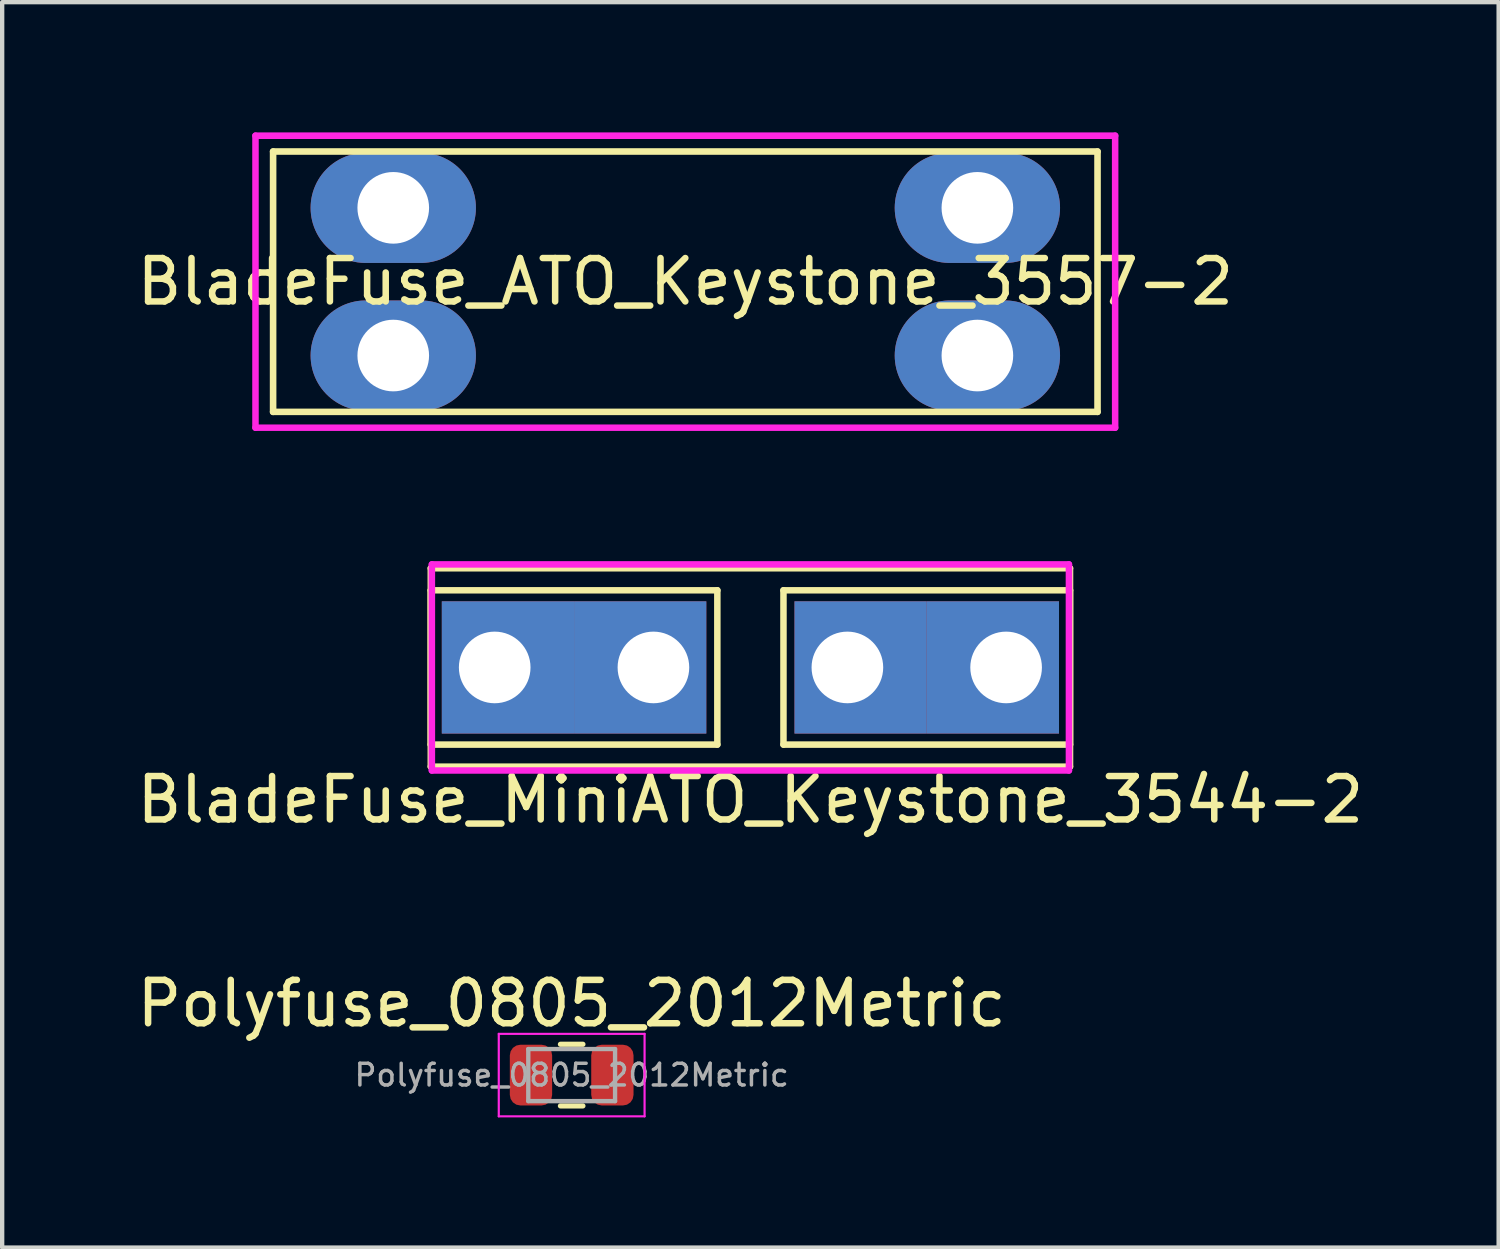
<source format=kicad_pcb>
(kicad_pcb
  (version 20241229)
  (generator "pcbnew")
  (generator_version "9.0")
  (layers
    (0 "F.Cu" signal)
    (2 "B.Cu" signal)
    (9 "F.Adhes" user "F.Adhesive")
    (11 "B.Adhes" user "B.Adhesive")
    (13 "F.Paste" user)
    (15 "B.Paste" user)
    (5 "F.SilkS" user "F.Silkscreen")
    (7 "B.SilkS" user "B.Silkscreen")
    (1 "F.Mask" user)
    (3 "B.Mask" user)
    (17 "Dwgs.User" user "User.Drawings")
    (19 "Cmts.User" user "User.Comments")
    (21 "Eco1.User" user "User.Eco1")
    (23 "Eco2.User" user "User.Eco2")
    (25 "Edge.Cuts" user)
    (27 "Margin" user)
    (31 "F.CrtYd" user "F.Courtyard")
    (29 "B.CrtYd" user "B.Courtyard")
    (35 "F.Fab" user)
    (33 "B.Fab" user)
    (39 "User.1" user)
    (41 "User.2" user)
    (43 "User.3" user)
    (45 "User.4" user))
  (footprint "BladeFuse_MiniATO_Keystone_3544-2"
    (layer "F.Cu")
    (at 14.244 12.332)
    (property "Reference" "BladeFuse_MiniATO_Keystone_3544-2" (at 0 3.048 0) (layer "F.SilkS") (effects (font (size 1 1) (thickness 0.15))))
    (attr through_hole)
    (fp_line (start -7.366 -2.286) (end 7.366 -2.286) (stroke (width 0.15) (type solid)) (layer "F.SilkS"))
    (fp_line (start -7.366 -1.778) (end -0.762 -1.778) (stroke (width 0.15) (type solid)) (layer "F.SilkS"))
    (fp_line (start -7.366 1.778) (end -7.366 -1.778) (stroke (width 0.15) (type solid)) (layer "F.SilkS"))
    (fp_line (start -7.366 2.286) (end -7.366 -2.286) (stroke (width 0.15) (type solid)) (layer "F.SilkS"))
    (fp_line (start -0.762 -1.778) (end -0.762 1.778) (stroke (width 0.15) (type solid)) (layer "F.SilkS"))
    (fp_line (start -0.762 1.778) (end -7.366 1.778) (stroke (width 0.15) (type solid)) (layer "F.SilkS"))
    (fp_line (start 0.762 -1.778) (end 0.762 1.778) (stroke (width 0.15) (type solid)) (layer "F.SilkS"))
    (fp_line (start 0.762 1.778) (end 7.366 1.778) (stroke (width 0.15) (type solid)) (layer "F.SilkS"))
    (fp_line (start 7.366 -2.286) (end 7.366 2.286) (stroke (width 0.15) (type solid)) (layer "F.SilkS"))
    (fp_line (start 7.366 -1.778) (end 0.762 -1.778) (stroke (width 0.15) (type solid)) (layer "F.SilkS"))
    (fp_line (start 7.366 1.778) (end 7.366 -1.778) (stroke (width 0.15) (type solid)) (layer "F.SilkS"))
    (fp_line (start 7.366 2.286) (end -7.366 2.286) (stroke (width 0.15) (type solid)) (layer "F.SilkS"))
    (fp_line (start -7.341 -2.375) (end -7.341 2.375) (stroke (width 0.15) (type solid)) (layer "F.CrtYd"))
    (fp_line (start -7.341 2.375) (end 7.341 2.375) (stroke (width 0.15) (type solid)) (layer "F.CrtYd"))
    (fp_line (start 7.341 -2.375) (end -7.341 -2.375) (stroke (width 0.15) (type solid)) (layer "F.CrtYd"))
    (fp_line (start 7.341 2.375) (end 7.341 -2.375) (stroke (width 0.15) (type solid)) (layer "F.CrtYd"))
    (pad "1" thru_hole rect (at -5.893 0) (size 3.048 3.048) (drill 1.651 (offset 0.305 0)) (layers "*.Cu" "*.Mask"))
    (pad "1" thru_hole rect (at -2.235 0) (size 3.048 3.048) (drill 1.651 (offset -0.305 0)) (layers "*.Cu" "*.Mask"))
    (pad "2" thru_hole rect (at 2.235 0) (size 3.048 3.048) (drill 1.651 (offset 0.305 0)) (layers "*.Cu" "*.Mask"))
    (pad "2" thru_hole rect (at 5.893 0) (size 3.048 3.048) (drill 1.651 (offset -0.305 0)) (layers "*.Cu" "*.Mask")))
  (footprint "BladeFuse_ATO_Keystone_3557-2"
    (layer "F.Cu")
    (at 12.744 3.442)
    (property "Reference" "BladeFuse_ATO_Keystone_3557-2" (at 0 0 0) (layer "F.SilkS") (effects (font (size 1 1) (thickness 0.15))))
    (attr through_hole)
    (fp_line (start -9.5 -3) (end 9.5 -3) (stroke (width 0.152) (type solid)) (layer "F.SilkS"))
    (fp_line (start -9.5 3) (end -9.5 -3) (stroke (width 0.152) (type solid)) (layer "F.SilkS"))
    (fp_line (start 9.5 -3) (end 9.5 3) (stroke (width 0.152) (type solid)) (layer "F.SilkS"))
    (fp_line (start 9.5 3) (end -9.5 3) (stroke (width 0.152) (type solid)) (layer "F.SilkS"))
    (fp_line (start -9.906 -3.365) (end 9.906 -3.365) (stroke (width 0.152) (type solid)) (layer "F.CrtYd"))
    (fp_line (start -9.906 3.365) (end -9.906 -3.365) (stroke (width 0.15) (type solid)) (layer "F.CrtYd"))
    (fp_line (start -9.906 3.365) (end 9.906 3.365) (stroke (width 0.15) (type solid)) (layer "F.CrtYd"))
    (fp_line (start 9.906 -3.365) (end 9.906 3.365) (stroke (width 0.15) (type solid)) (layer "F.CrtYd"))
    (pad "1" thru_hole oval (at -6.731 -1.702) (size 3.81 2.54) (drill 1.651) (layers "*.Cu" "*.Mask"))
    (pad "1" thru_hole oval (at -6.731 1.702) (size 3.81 2.54) (drill 1.651) (layers "*.Cu" "*.Mask"))
    (pad "2" thru_hole oval (at 6.731 -1.702) (size 3.81 2.54) (drill 1.651) (layers "*.Cu" "*.Mask"))
    (pad "2" thru_hole oval (at 6.731 1.702) (size 3.81 2.54) (drill 1.651) (layers "*.Cu" "*.Mask")))
  (footprint "Polyfuse_0805_2012Metric"
    (layer "F.Cu")
    (at 10.125 21.727)
    (property "Reference" "Polyfuse_0805_2012Metric" (at 0 -1.65 0) (layer "F.SilkS") (effects (font (size 1 1) (thickness 0.15))))
    (attr smd)
    (fp_line (start -0.259 -0.71) (end 0.259 -0.71) (stroke (width 0.12) (type solid)) (layer "F.SilkS"))
    (fp_line (start -0.259 0.71) (end 0.259 0.71) (stroke (width 0.12) (type solid)) (layer "F.SilkS"))
    (fp_line (start -1.68 -0.95) (end 1.68 -0.95) (stroke (width 0.05) (type solid)) (layer "F.CrtYd"))
    (fp_line (start -1.68 0.95) (end -1.68 -0.95) (stroke (width 0.05) (type solid)) (layer "F.CrtYd"))
    (fp_line (start 1.68 -0.95) (end 1.68 0.95) (stroke (width 0.05) (type solid)) (layer "F.CrtYd"))
    (fp_line (start 1.68 0.95) (end -1.68 0.95) (stroke (width 0.05) (type solid)) (layer "F.CrtYd"))
    (fp_line (start -1 -0.6) (end 1 -0.6) (stroke (width 0.1) (type solid)) (layer "F.Fab"))
    (fp_line (start -1 0.6) (end -1 -0.6) (stroke (width 0.1) (type solid)) (layer "F.Fab"))
    (fp_line (start 1 -0.6) (end 1 0.6) (stroke (width 0.1) (type solid)) (layer "F.Fab"))
    (fp_line (start 1 0.6) (end -1 0.6) (stroke (width 0.1) (type solid)) (layer "F.Fab"))
    (fp_text user "${REFERENCE}" (at 0 0 0) (layer "F.Fab") (effects (font (size 0.5 0.5) (thickness 0.08))))
    (pad "1" smd roundrect (at -0.938 0) (size 0.975 1.4) (layers "F.Cu" "F.Mask" "F.Paste") (roundrect_rratio 0.25))
    (pad "2" smd roundrect (at 0.938 0) (size 0.975 1.4) (layers "F.Cu" "F.Mask" "F.Paste") (roundrect_rratio 0.25)))
  (gr_rect
    (start -3 -3)
    (end 31.488 25.702)
    (stroke (width 0.1) (type default))
    (fill no)
    (layer "Edge.Cuts")))
</source>
